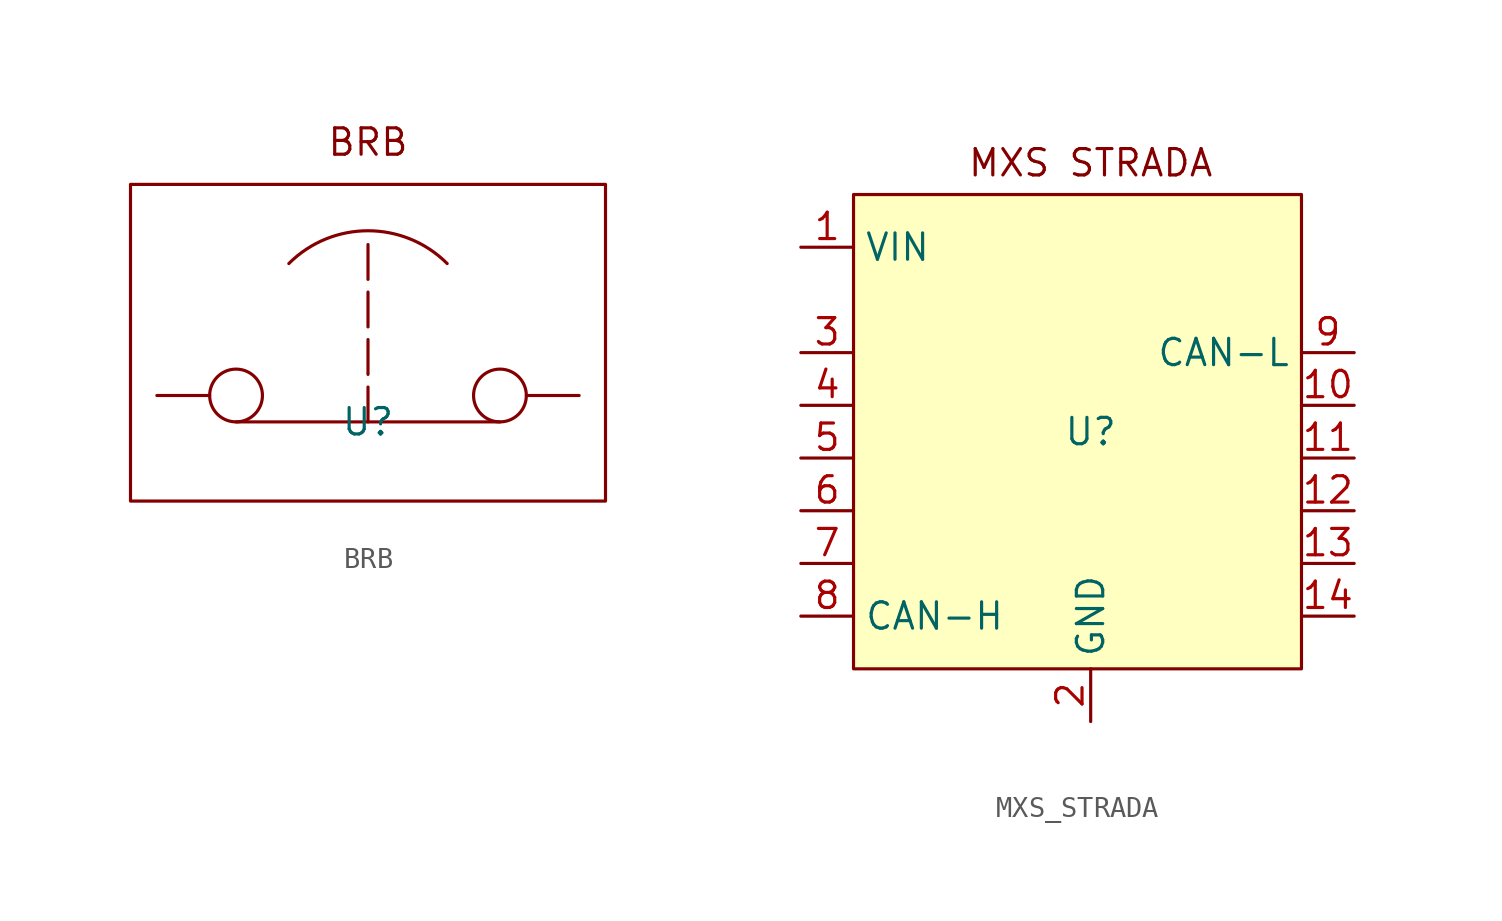
<source format=kicad_sym>
(kicad_symbol_lib
  (version 20241209)
  (generator "kicad_symbol_editor")
  (generator_version "9.0")
  (symbol "BRB"
    (property "Reference" "U"
      (at 0 0 0)
      (effects (font (size 1.27 1.27))))
    (property "Value" ""
      (at 0 0 0)
      (effects (font (size 1.27 1.27))))
    (symbol "BRB_0_1"
      (rectangle (start -11.43 11.43) (end 11.43 -3.81) (stroke (width 0) (type default)) (fill (type none)))
      (circle (center -6.35 1.27) (radius 1.27) (stroke (width 0) (type default)) (fill (type none)))
      (polyline (pts (xy -6.35 0) (xy 6.35 0)) (stroke (width 0) (type default)) (fill (type none)))
      (arc (start -3.81 7.62) (mid 0 9.1982) (end 3.81 7.62) (stroke (width 0) (type default)) (fill (type none)))
      (polyline (pts (xy 0 0) (xy 0 8.89)) (stroke (width 0) (type dash)) (fill (type none)))
      (circle (center 6.35 1.27) (radius 1.27) (stroke (width 0) (type default)) (fill (type none))))
    (symbol "BRB_1_1"
      (text "BRB" (at 0 13.462 0) (effects (font (size 1.27 1.27))))
      (pin free line (at -10.16 1.27 0) (length 2.54) (name "" (effects (font (size 1.27 1.27)))) (number "" (effects (font (size 1.27 1.27)))))
      (pin free line (at 10.16 1.27 180) (length 2.54) (name "" (effects (font (size 1.27 1.27)))) (number "" (effects (font (size 1.27 1.27)))))))
  (symbol "MXS_STRADA"
    (property "Reference" "U"
      (at 0 0 0)
      (effects (font (size 1.27 1.27))))
    (property "Value" ""
      (at 0 0 0)
      (effects (font (size 1.27 1.27))))
    (symbol "MXS_STRADA_0_1"
      (rectangle (start -11.43 11.43) (end 10.16 -11.43) (stroke (width 0) (type default)) (fill (type color) (color 255 255 194 1))))
    (symbol "MXS_STRADA_1_1"
      (text "MXS STRADA" (at 0 12.954 0) (effects (font (size 1.27 1.27))))
      (pin power_in line (at -13.97 8.89 0) (length 2.54) (name "VIN" (effects (font (size 1.27 1.27)))) (number "1" (effects (font (size 1.27 1.27)))))
      (pin passive line (at -13.97 3.81 0) (length 2.54) (name "" (effects (font (size 1.27 1.27)))) (number "3" (effects (font (size 1.27 1.27)))))
      (pin passive line (at -13.97 1.27 0) (length 2.54) (name "" (effects (font (size 1.27 1.27)))) (number "4" (effects (font (size 1.27 1.27)))))
      (pin passive line (at -13.97 -1.27 0) (length 2.54) (name "" (effects (font (size 1.27 1.27)))) (number "5" (effects (font (size 1.27 1.27)))))
      (pin passive line (at -13.97 -3.81 0) (length 2.54) (name "" (effects (font (size 1.27 1.27)))) (number "6" (effects (font (size 1.27 1.27)))))
      (pin passive line (at -13.97 -6.35 0) (length 2.54) (name "" (effects (font (size 1.27 1.27)))) (number "7" (effects (font (size 1.27 1.27)))))
      (pin passive line (at -13.97 -8.89 0) (length 2.54) (name "CAN-H" (effects (font (size 1.27 1.27)))) (number "8" (effects (font (size 1.27 1.27)))))
      (pin power_in line (at 0 -13.97 90) (length 2.54) (name "GND" (effects (font (size 1.27 1.27)))) (number "2" (effects (font (size 1.27 1.27)))))
      (pin passive line (at 12.7 3.81 180) (length 2.54) (name "CAN-L" (effects (font (size 1.27 1.27)))) (number "9" (effects (font (size 1.27 1.27)))))
      (pin passive line (at 12.7 1.27 180) (length 2.54) (name "" (effects (font (size 1.27 1.27)))) (number "10" (effects (font (size 1.27 1.27)))))
      (pin passive line (at 12.7 -1.27 180) (length 2.54) (name "" (effects (font (size 1.27 1.27)))) (number "11" (effects (font (size 1.27 1.27)))))
      (pin passive line (at 12.7 -3.81 180) (length 2.54) (name "" (effects (font (size 1.27 1.27)))) (number "12" (effects (font (size 1.27 1.27)))))
      (pin passive line (at 12.7 -6.35 180) (length 2.54) (name "" (effects (font (size 1.27 1.27)))) (number "13" (effects (font (size 1.27 1.27)))))
      (pin passive line (at 12.7 -8.89 180) (length 2.54) (name "" (effects (font (size 1.27 1.27)))) (number "14" (effects (font (size 1.27 1.27))))))))
</source>
